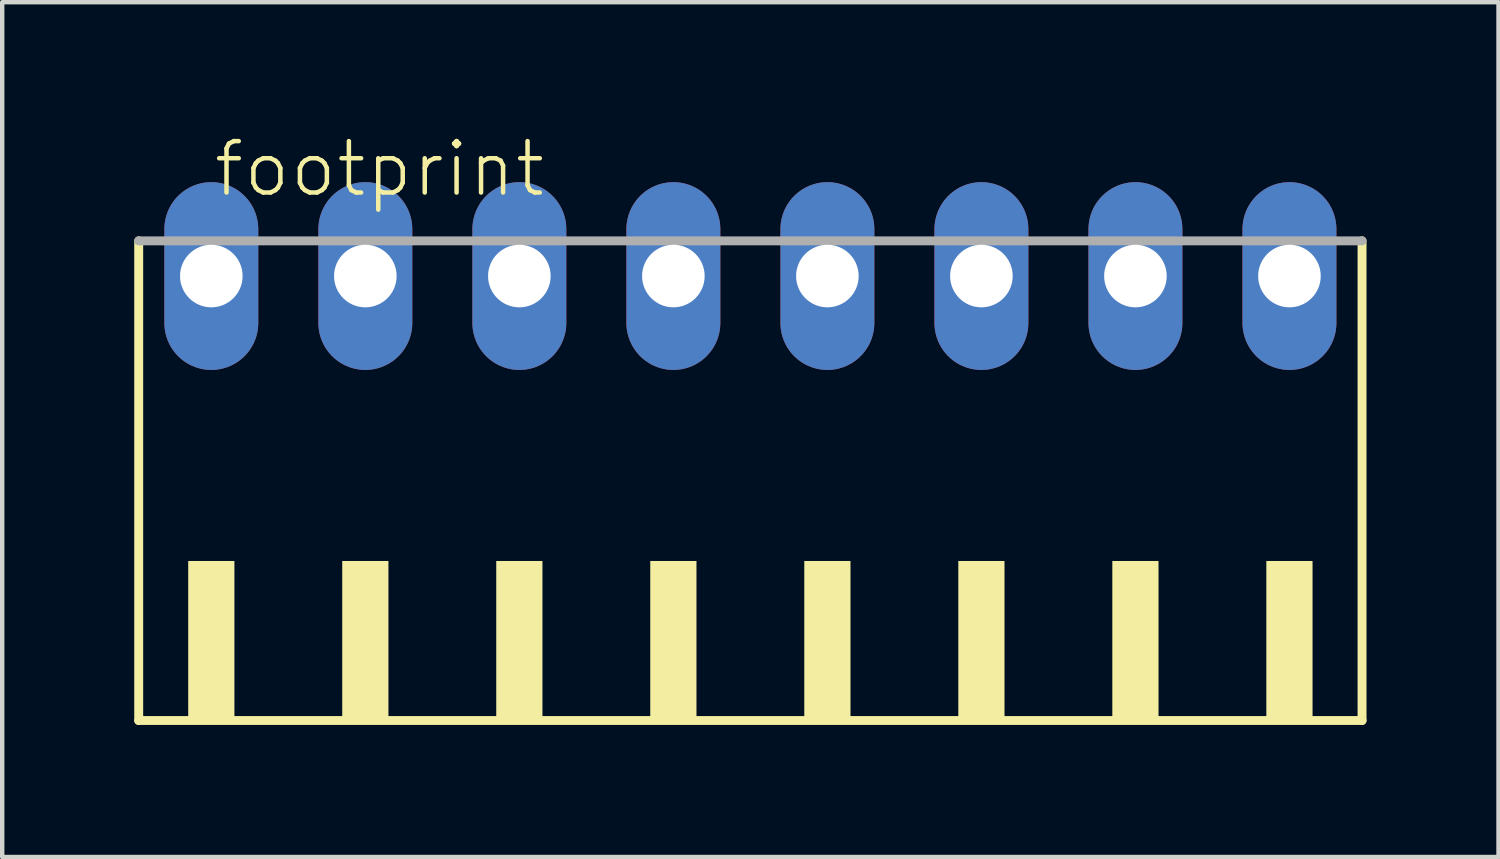
<source format=kicad_pcb>
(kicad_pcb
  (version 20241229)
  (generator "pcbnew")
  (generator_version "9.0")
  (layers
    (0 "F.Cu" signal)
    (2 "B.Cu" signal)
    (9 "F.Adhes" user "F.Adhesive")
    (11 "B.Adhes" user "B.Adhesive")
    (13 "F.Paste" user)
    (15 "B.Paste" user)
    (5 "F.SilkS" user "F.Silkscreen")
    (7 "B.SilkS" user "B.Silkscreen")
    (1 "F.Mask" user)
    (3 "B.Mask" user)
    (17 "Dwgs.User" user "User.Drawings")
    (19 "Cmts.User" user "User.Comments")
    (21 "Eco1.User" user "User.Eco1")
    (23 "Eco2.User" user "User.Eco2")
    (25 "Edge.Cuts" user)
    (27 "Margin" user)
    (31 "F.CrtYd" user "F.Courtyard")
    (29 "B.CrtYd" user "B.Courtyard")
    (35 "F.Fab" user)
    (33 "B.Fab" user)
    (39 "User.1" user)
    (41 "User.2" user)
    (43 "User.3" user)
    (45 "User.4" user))
  (footprint "footprint"
    (layer "F.Cu")
    (at 14.002 8.473)
    (property "Reference" "footprint" (at -12.25 -7 0) (layer "F.SilkS") (effects (font (size 1.168 1.168) (thickness 0.102)) (justify left bottom)))
    (fp_line (start -13.9 -6.05) (end -13.9 4.85) (stroke (width 0.203) (type solid)) (layer "F.SilkS"))
    (fp_line (start -13.9 4.85) (end 13.9 4.85) (stroke (width 0.203) (type solid)) (layer "F.SilkS"))
    (fp_line (start 13.9 4.85) (end 13.9 -6.05) (stroke (width 0.203) (type solid)) (layer "F.SilkS"))
    (fp_poly (pts (xy -12.775 4.9) (xy -11.725 4.9) (xy -11.725 1.225) (xy -12.775 1.225)) (stroke (width 0) (type solid)) (fill yes) (layer "F.SilkS"))
    (fp_poly (pts (xy -9.275 4.9) (xy -8.225 4.9) (xy -8.225 1.225) (xy -9.275 1.225)) (stroke (width 0) (type solid)) (fill yes) (layer "F.SilkS"))
    (fp_poly (pts (xy -5.775 4.9) (xy -4.725 4.9) (xy -4.725 1.225) (xy -5.775 1.225)) (stroke (width 0) (type solid)) (fill yes) (layer "F.SilkS"))
    (fp_poly (pts (xy -2.275 4.9) (xy -1.225 4.9) (xy -1.225 1.225) (xy -2.275 1.225)) (stroke (width 0) (type solid)) (fill yes) (layer "F.SilkS"))
    (fp_poly (pts (xy 1.225 4.9) (xy 2.275 4.9) (xy 2.275 1.225) (xy 1.225 1.225)) (stroke (width 0) (type solid)) (fill yes) (layer "F.SilkS"))
    (fp_poly (pts (xy 4.725 4.9) (xy 5.775 4.9) (xy 5.775 1.225) (xy 4.725 1.225)) (stroke (width 0) (type solid)) (fill yes) (layer "F.SilkS"))
    (fp_poly (pts (xy 8.225 4.9) (xy 9.275 4.9) (xy 9.275 1.225) (xy 8.225 1.225)) (stroke (width 0) (type solid)) (fill yes) (layer "F.SilkS"))
    (fp_poly (pts (xy 11.725 4.9) (xy 12.775 4.9) (xy 12.775 1.225) (xy 11.725 1.225)) (stroke (width 0) (type solid)) (fill yes) (layer "F.SilkS"))
    (fp_line (start 13.9 -6.05) (end -13.9 -6.05) (stroke (width 0.203) (type solid)) (layer "F.Fab"))
    (pad "1" thru_hole oval (at -12.25 -5.25 90) (size 4.267 2.134) (drill 1.422) (layers "*.Cu" "*.Mask"))
    (pad "2" thru_hole oval (at -8.75 -5.25 90) (size 4.267 2.134) (drill 1.422) (layers "*.Cu" "*.Mask"))
    (pad "3" thru_hole oval (at -5.25 -5.25 90) (size 4.267 2.134) (drill 1.422) (layers "*.Cu" "*.Mask"))
    (pad "4" thru_hole oval (at -1.75 -5.25 90) (size 4.267 2.134) (drill 1.422) (layers "*.Cu" "*.Mask"))
    (pad "5" thru_hole oval (at 1.75 -5.25 90) (size 4.267 2.134) (drill 1.422) (layers "*.Cu" "*.Mask"))
    (pad "6" thru_hole oval (at 5.25 -5.25 90) (size 4.267 2.134) (drill 1.422) (layers "*.Cu" "*.Mask"))
    (pad "7" thru_hole oval (at 8.75 -5.25 90) (size 4.267 2.134) (drill 1.422) (layers "*.Cu" "*.Mask"))
    (pad "8" thru_hole oval (at 12.25 -5.25 90) (size 4.267 2.134) (drill 1.422) (layers "*.Cu" "*.Mask")))
  (gr_rect
    (start -3 -3)
    (end 31.003 16.425)
    (stroke (width 0.1) (type default))
    (fill no)
    (layer "Edge.Cuts")))
</source>
